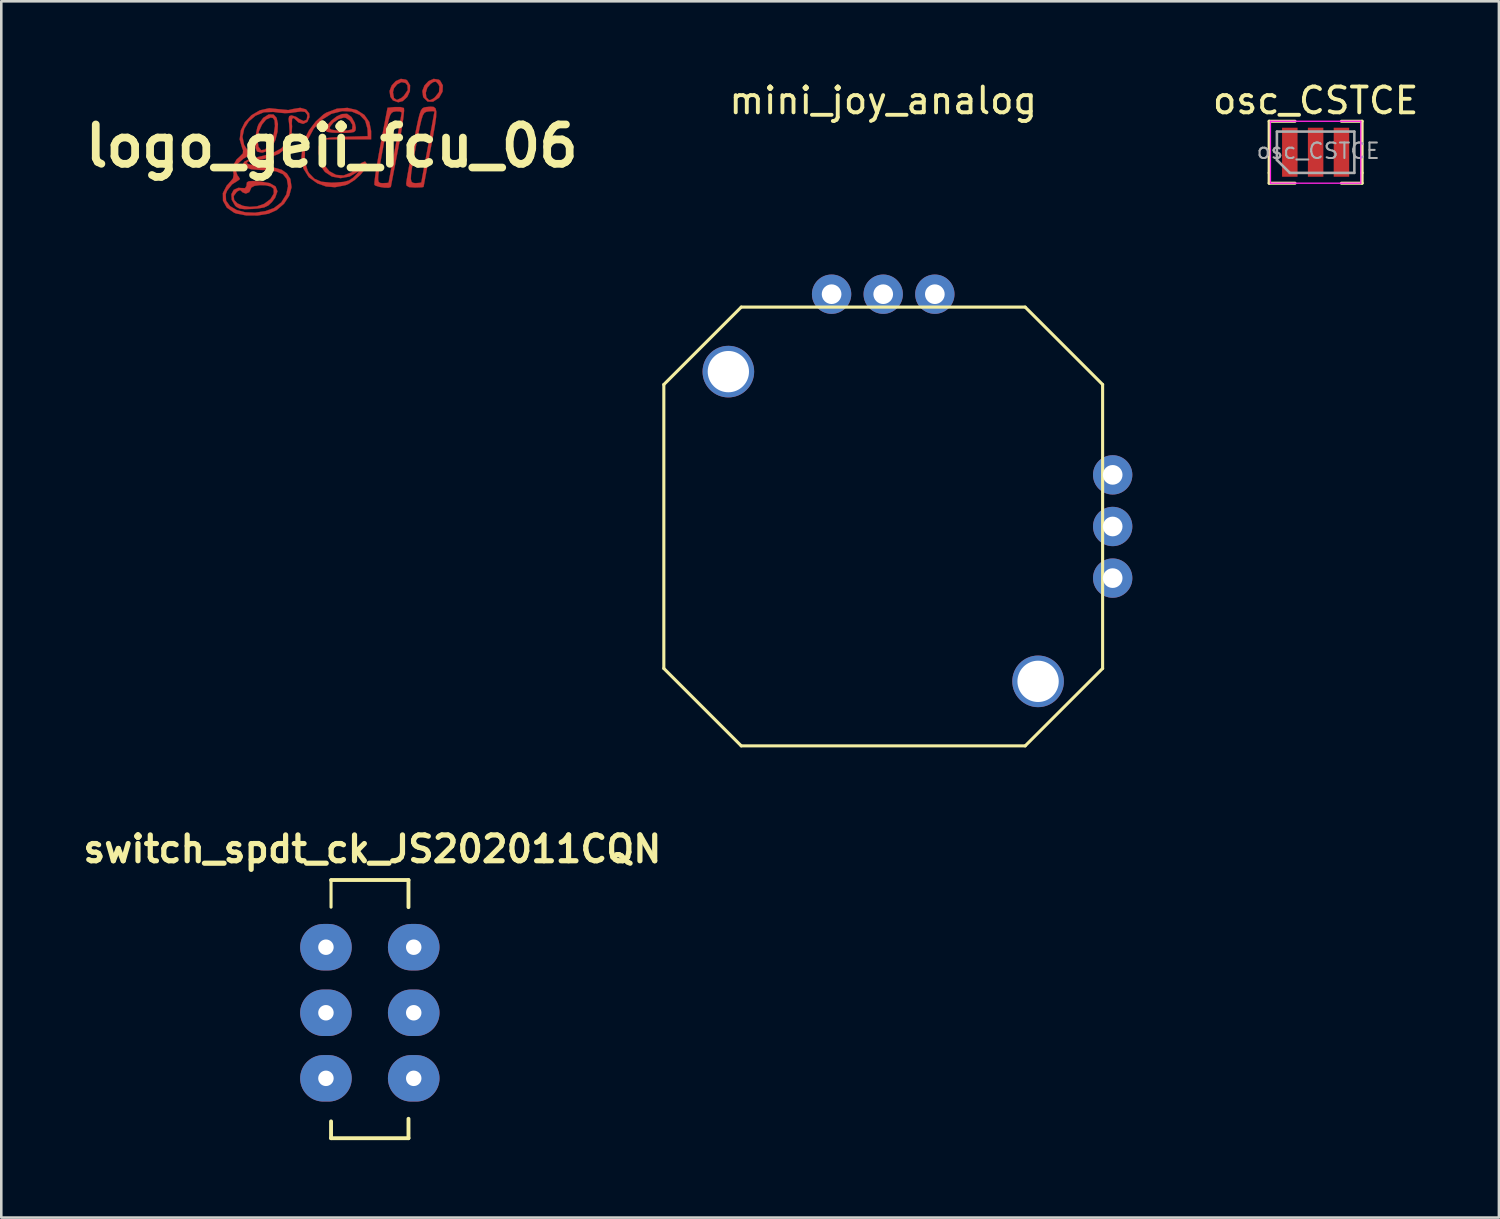
<source format=kicad_pcb>
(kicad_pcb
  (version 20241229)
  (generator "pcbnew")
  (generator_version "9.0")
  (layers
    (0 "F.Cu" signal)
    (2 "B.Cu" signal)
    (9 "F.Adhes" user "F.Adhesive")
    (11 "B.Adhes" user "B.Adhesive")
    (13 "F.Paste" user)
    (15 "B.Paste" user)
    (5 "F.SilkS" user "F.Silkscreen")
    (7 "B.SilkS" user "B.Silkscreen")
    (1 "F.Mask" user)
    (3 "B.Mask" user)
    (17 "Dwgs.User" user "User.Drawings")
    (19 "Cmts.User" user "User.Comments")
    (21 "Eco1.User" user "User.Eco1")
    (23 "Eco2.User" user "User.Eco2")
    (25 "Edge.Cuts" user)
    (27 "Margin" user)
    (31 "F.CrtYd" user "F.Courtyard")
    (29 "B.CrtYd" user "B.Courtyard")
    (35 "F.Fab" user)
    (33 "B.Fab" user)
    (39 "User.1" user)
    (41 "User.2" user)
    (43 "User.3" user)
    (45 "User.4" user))
  (footprint "mini_joy_analog"
    (layer "F.Cu")
    (at 31.169 8.348)
    (property "Reference" "mini_joy_analog" (at 0 -7.5 0) (layer "F.SilkS") (effects (font (size 1 1) (thickness 0.15))))
    (attr through_hole)
    (fp_line (start -8.5 14.5) (end -8.5 3.5) (stroke (width 0.12) (type solid)) (layer "F.SilkS"))
    (fp_line (start -8.5 14.5) (end -5.5 17.5) (stroke (width 0.12) (type solid)) (layer "F.SilkS"))
    (fp_line (start -5.5 0.5) (end -8.5 3.5) (stroke (width 0.12) (type solid)) (layer "F.SilkS"))
    (fp_line (start -5.5 0.5) (end 5.5 0.5) (stroke (width 0.12) (type solid)) (layer "F.SilkS"))
    (fp_line (start 5.5 0.5) (end 8.5 3.5) (stroke (width 0.12) (type solid)) (layer "F.SilkS"))
    (fp_line (start 5.5 17.5) (end -5.5 17.5) (stroke (width 0.12) (type solid)) (layer "F.SilkS"))
    (fp_line (start 8.5 3.5) (end 8.5 14.5) (stroke (width 0.12) (type solid)) (layer "F.SilkS"))
    (fp_line (start 8.5 14.5) (end 5.5 17.5) (stroke (width 0.12) (type solid)) (layer "F.SilkS"))
    (pad "" thru_hole circle (at -6 3) (size 2 2) (drill 1.6) (layers "*.Cu" "*.Mask"))
    (pad "" thru_hole circle (at 6 15) (size 2 2) (drill 1.6) (layers "*.Cu" "*.Mask"))
    (pad "1" thru_hole circle (at -2 0) (size 1.524 1.524) (drill 0.762) (layers "*.Cu" "*.Mask"))
    (pad "2" thru_hole circle (at 0 0) (size 1.524 1.524) (drill 0.762) (layers "*.Cu" "*.Mask"))
    (pad "3" thru_hole circle (at 2 0) (size 1.524 1.524) (drill 0.762) (layers "*.Cu" "*.Mask"))
    (pad "4" thru_hole circle (at 8.89 7) (size 1.524 1.524) (drill 0.762) (layers "*.Cu" "*.Mask"))
    (pad "5" thru_hole circle (at 8.89 9) (size 1.524 1.524) (drill 0.762) (layers "*.Cu" "*.Mask"))
    (pad "6" thru_hole circle (at 8.89 11) (size 1.524 1.524) (drill 0.762) (layers "*.Cu" "*.Mask")))
  (footprint "logo_geii_fcu_06"
    (layer "F.Cu")
    (at 9.804 2.606)
    (property "Reference" "logo_geii_fcu_06" (at 0 0 0) (layer "F.SilkS") (effects (font (size 1.524 1.524) (thickness 0.3))))
    (attr through_hole)
    (fp_poly (pts (xy 2.875 -2.571) (xy 2.925 -2.537) (xy 3.034 -2.352) (xy 3.027 -2.122) (xy 2.926 -1.901) (xy 2.754 -1.741) (xy 2.576 -1.693) (xy 2.369 -1.766) (xy 2.269 -1.907) (xy 2.246 -2.084) (xy 2.371 -2.084) (xy 2.41 -1.858) (xy 2.523 -1.783) (xy 2.698 -1.862) (xy 2.794 -1.947) (xy 2.944 -2.166) (xy 2.928 -2.355) (xy 2.852 -2.443) (xy 2.702 -2.475) (xy 2.536 -2.393) (xy 2.409 -2.236) (xy 2.371 -2.084) (xy 2.246 -2.084) (xy 2.239 -2.132) (xy 2.322 -2.346) (xy 2.48 -2.514) (xy 2.677 -2.601) (xy 2.875 -2.571)) (stroke (width 0.01) (type solid)) (fill yes) (layer "F.Cu"))
    (fp_poly (pts (xy 4.145 -2.571) (xy 4.195 -2.537) (xy 4.303 -2.349) (xy 4.293 -2.109) (xy 4.167 -1.882) (xy 4.149 -1.863) (xy 3.923 -1.716) (xy 3.715 -1.72) (xy 3.556 -1.875) (xy 3.539 -1.907) (xy 3.519 -2.061) (xy 3.643 -2.061) (xy 3.662 -1.886) (xy 3.76 -1.785) (xy 3.808 -1.778) (xy 3.911 -1.825) (xy 3.994 -1.884) (xy 4.154 -2.09) (xy 4.17 -2.308) (xy 4.122 -2.406) (xy 4.034 -2.495) (xy 3.931 -2.475) (xy 3.831 -2.41) (xy 3.7 -2.255) (xy 3.643 -2.061) (xy 3.519 -2.061) (xy 3.509 -2.132) (xy 3.592 -2.346) (xy 3.75 -2.514) (xy 3.947 -2.601) (xy 4.145 -2.571)) (stroke (width 0.01) (type solid)) (fill yes) (layer "F.Cu"))
    (fp_poly (pts (xy 0.755 -1.13) (xy 0.776 -1.104) (xy 0.893 -0.891) (xy 0.931 -0.71) (xy 0.921 -0.605) (xy 0.867 -0.544) (xy 0.732 -0.516) (xy 0.478 -0.508) (xy 0.339 -0.508) (xy 0.007 -0.517) (xy -0.181 -0.548) (xy -0.252 -0.606) (xy -0.254 -0.623) (xy -0.232 -0.677) (xy -0.085 -0.677) (xy -0.01 -0.631) (xy 0.172 -0.603) (xy 0.402 -0.593) (xy 0.62 -0.604) (xy 0.765 -0.637) (xy 0.789 -0.656) (xy 0.801 -0.818) (xy 0.703 -0.983) (xy 0.541 -1.089) (xy 0.468 -1.101) (xy 0.268 -1.046) (xy 0.07 -0.916) (xy -0.062 -0.758) (xy -0.085 -0.677) (xy -0.232 -0.677) (xy -0.187 -0.791) (xy -0.019 -0.983) (xy 0.196 -1.15) (xy 0.388 -1.237) (xy 0.594 -1.248) (xy 0.755 -1.13)) (stroke (width 0.01) (type solid)) (fill yes) (layer "F.Cu"))
    (fp_poly (pts (xy -2.259 -1.222) (xy -2.138 -1.092) (xy -2.086 -0.855) (xy -2.102 -0.555) (xy -2.183 -0.237) (xy -2.322 0.044) (xy -2.488 0.194) (xy -2.698 0.259) (xy -2.879 0.22) (xy -2.907 0.198) (xy -2.954 0.058) (xy -2.963 -0.183) (xy -2.958 -0.247) (xy -2.878 -0.247) (xy -2.839 0.032) (xy -2.736 0.162) (xy -2.59 0.14) (xy -2.425 -0.037) (xy -2.35 -0.17) (xy -2.248 -0.46) (xy -2.202 -0.764) (xy -2.201 -0.783) (xy -2.218 -0.996) (xy -2.282 -1.086) (xy -2.372 -1.101) (xy -2.543 -1.025) (xy -2.704 -0.829) (xy -2.825 -0.562) (xy -2.878 -0.272) (xy -2.878 -0.247) (xy -2.958 -0.247) (xy -2.938 -0.464) (xy -2.884 -0.723) (xy -2.835 -0.848) (xy -2.656 -1.091) (xy -2.445 -1.223) (xy -2.259 -1.222)) (stroke (width 0.01) (type solid)) (fill yes) (layer "F.Cu"))
    (fp_poly (pts (xy -2.787 1.372) (xy -2.405 1.438) (xy -2.177 1.567) (xy -2.105 1.756) (xy -2.192 2.002) (xy -2.317 2.171) (xy -2.456 2.304) (xy -2.621 2.382) (xy -2.868 2.423) (xy -3.058 2.438) (xy -3.371 2.449) (xy -3.566 2.427) (xy -3.693 2.361) (xy -3.747 2.309) (xy -3.876 2.084) (xy -3.885 1.939) (xy -3.799 1.939) (xy -3.782 2.094) (xy -3.654 2.225) (xy -3.444 2.317) (xy -3.181 2.359) (xy -2.895 2.337) (xy -2.623 2.243) (xy -2.376 2.06) (xy -2.248 1.845) (xy -2.253 1.657) (xy -2.358 1.572) (xy -2.556 1.525) (xy -2.787 1.516) (xy -2.994 1.545) (xy -3.119 1.613) (xy -3.133 1.654) (xy -3.195 1.788) (xy -3.329 1.845) (xy -3.457 1.796) (xy -3.473 1.775) (xy -3.553 1.705) (xy -3.669 1.767) (xy -3.677 1.773) (xy -3.799 1.939) (xy -3.885 1.939) (xy -3.889 1.866) (xy -3.799 1.697) (xy -3.622 1.621) (xy -3.523 1.628) (xy -3.359 1.634) (xy -3.304 1.547) (xy -3.302 1.502) (xy -3.287 1.41) (xy -3.214 1.365) (xy -3.047 1.357) (xy -2.787 1.372)) (stroke (width 0.01) (type solid)) (fill yes) (layer "F.Cu"))
    (fp_poly (pts (xy 2.658 -1.509) (xy 2.791 -1.472) (xy 2.796 -1.467) (xy 2.802 -1.365) (xy 2.778 -1.125) (xy 2.728 -0.775) (xy 2.656 -0.343) (xy 2.577 0.085) (xy 2.485 0.562) (xy 2.405 0.978) (xy 2.342 1.305) (xy 2.302 1.517) (xy 2.289 1.587) (xy 2.212 1.618) (xy 2.04 1.614) (xy 1.844 1.584) (xy 1.693 1.537) (xy 1.651 1.503) (xy 1.654 1.388) (xy 1.667 1.291) (xy 1.796 1.291) (xy 1.815 1.387) (xy 1.864 1.429) (xy 1.941 1.439) (xy 1.99 1.439) (xy 2.149 1.432) (xy 2.202 1.418) (xy 2.217 1.332) (xy 2.259 1.109) (xy 2.322 0.776) (xy 2.402 0.363) (xy 2.455 0.085) (xy 2.542 -0.368) (xy 2.616 -0.762) (xy 2.671 -1.067) (xy 2.703 -1.254) (xy 2.709 -1.297) (xy 2.637 -1.338) (xy 2.478 -1.339) (xy 2.388 -1.323) (xy 2.319 -1.283) (xy 2.262 -1.192) (xy 2.208 -1.025) (xy 2.146 -0.756) (xy 2.069 -0.361) (xy 2.016 -0.085) (xy 1.916 0.453) (xy 1.846 0.846) (xy 1.806 1.118) (xy 1.796 1.291) (xy 1.667 1.291) (xy 1.686 1.137) (xy 1.742 0.778) (xy 1.817 0.342) (xy 1.887 -0.042) (xy 2.16 -1.482) (xy 2.446 -1.509) (xy 2.658 -1.509)) (stroke (width 0.01) (type solid)) (fill yes) (layer "F.Cu"))
    (fp_poly (pts (xy 3.949 -1.513) (xy 4.021 -1.455) (xy 4.051 -1.328) (xy 4.042 -1.111) (xy 3.995 -0.784) (xy 3.913 -0.325) (xy 3.841 0.056) (xy 3.75 0.539) (xy 3.672 0.96) (xy 3.61 1.292) (xy 3.57 1.511) (xy 3.556 1.587) (xy 3.481 1.601) (xy 3.293 1.608) (xy 3.217 1.609) (xy 2.993 1.593) (xy 2.896 1.533) (xy 2.883 1.46) (xy 2.901 1.331) (xy 2.909 1.279) (xy 3.064 1.279) (xy 3.087 1.381) (xy 3.142 1.427) (xy 3.227 1.439) (xy 3.26 1.439) (xy 3.419 1.428) (xy 3.471 1.408) (xy 3.486 1.318) (xy 3.527 1.091) (xy 3.59 0.754) (xy 3.668 0.337) (xy 3.725 0.032) (xy 3.81 -0.422) (xy 3.884 -0.814) (xy 3.939 -1.116) (xy 3.972 -1.298) (xy 3.979 -1.339) (xy 3.907 -1.35) (xy 3.748 -1.339) (xy 3.656 -1.323) (xy 3.586 -1.281) (xy 3.528 -1.187) (xy 3.473 -1.016) (xy 3.409 -0.742) (xy 3.328 -0.338) (xy 3.287 -0.127) (xy 3.183 0.419) (xy 3.111 0.82) (xy 3.072 1.1) (xy 3.064 1.279) (xy 2.909 1.279) (xy 2.945 1.066) (xy 3.012 0.697) (xy 3.094 0.255) (xy 3.16 -0.085) (xy 3.259 -0.596) (xy 3.336 -0.964) (xy 3.397 -1.215) (xy 3.451 -1.37) (xy 3.508 -1.455) (xy 3.575 -1.493) (xy 3.661 -1.508) (xy 3.67 -1.509) (xy 3.833 -1.524) (xy 3.949 -1.513)) (stroke (width 0.01) (type solid)) (fill yes) (layer "F.Cu"))
    (fp_poly (pts (xy 0.969 -1.393) (xy 1.262 -1.205) (xy 1.456 -0.926) (xy 1.524 -0.581) (xy 1.524 -0.254) (xy -0.331 -0.254) (xy -0.386 0.037) (xy -0.395 0.423) (xy -0.287 0.743) (xy -0.09 0.98) (xy 0.167 1.119) (xy 0.457 1.141) (xy 0.751 1.03) (xy 0.97 0.836) (xy 1.156 0.653) (xy 1.29 0.598) (xy 1.352 0.679) (xy 1.355 0.717) (xy 1.288 0.896) (xy 1.116 1.111) (xy 0.886 1.318) (xy 0.642 1.474) (xy 0.522 1.521) (xy 0.125 1.597) (xy -0.218 1.57) (xy -0.557 1.448) (xy -0.889 1.212) (xy -1.098 0.874) (xy -1.153 0.586) (xy -1.047 0.586) (xy -0.931 0.966) (xy -0.877 1.055) (xy -0.673 1.268) (xy -0.4 1.385) (xy -0.02 1.421) (xy 0.151 1.416) (xy 0.459 1.391) (xy 0.661 1.338) (xy 0.821 1.232) (xy 0.955 1.099) (xy 1.07 0.97) (xy 1.077 0.945) (xy 1.012 0.996) (xy 0.69 1.185) (xy 0.341 1.247) (xy 0.009 1.186) (xy -0.264 1.007) (xy -0.385 0.839) (xy -0.461 0.602) (xy -0.501 0.302) (xy -0.499 0.01) (xy -0.454 -0.204) (xy -0.44 -0.23) (xy -0.317 -0.286) (xy -0.033 -0.327) (xy 0.406 -0.353) (xy 0.511 -0.357) (xy 1.397 -0.381) (xy 1.382 -0.676) (xy 1.294 -0.983) (xy 1.081 -1.206) (xy 0.775 -1.333) (xy 0.405 -1.352) (xy -0.000408 -1.25) (xy -0.024 -1.241) (xy -0.396 -1.008) (xy -0.698 -0.672) (xy -0.917 -0.27) (xy -1.037 0.162) (xy -1.047 0.586) (xy -1.153 0.586) (xy -1.178 0.453) (xy -1.124 -0.033) (xy -1.055 -0.264) (xy -0.879 -0.611) (xy -0.618 -0.951) (xy -0.326 -1.218) (xy -0.214 -1.29) (xy 0.202 -1.447) (xy 0.606 -1.477) (xy 0.969 -1.393)) (stroke (width 0.01) (type solid)) (fill yes) (layer "F.Cu"))
    (fp_poly (pts (xy -0.998 -1.418) (xy -0.874 -1.262) (xy -0.862 -1.122) (xy -0.948 -0.931) (xy -1.111 -0.855) (xy -1.293 -0.914) (xy -1.351 -0.97) (xy -1.474 -1.085) (xy -1.537 -1.054) (xy -1.547 -0.87) (xy -1.538 -0.759) (xy -1.563 -0.315) (xy -1.731 0.039) (xy -2.042 0.302) (xy -2.495 0.473) (xy -2.686 0.512) (xy -2.96 0.555) (xy -3.164 0.584) (xy -3.239 0.592) (xy -3.301 0.656) (xy -3.302 0.665) (xy -3.224 0.706) (xy -3.019 0.747) (xy -2.728 0.781) (xy -2.678 0.785) (xy -2.24 0.837) (xy -1.938 0.924) (xy -1.739 1.063) (xy -1.61 1.267) (xy -1.603 1.284) (xy -1.558 1.597) (xy -1.648 1.928) (xy -1.85 2.237) (xy -2.138 2.485) (xy -2.445 2.623) (xy -2.872 2.694) (xy -3.316 2.691) (xy -3.703 2.616) (xy -3.782 2.586) (xy -4.067 2.387) (xy -4.215 2.121) (xy -4.218 1.868) (xy -4.108 1.868) (xy -4.095 2.121) (xy -3.946 2.328) (xy -3.689 2.479) (xy -3.355 2.568) (xy -2.972 2.585) (xy -2.569 2.523) (xy -2.24 2.404) (xy -1.957 2.188) (xy -1.762 1.877) (xy -1.695 1.553) (xy -1.742 1.28) (xy -1.892 1.092) (xy -2.162 0.98) (xy -2.57 0.934) (xy -2.736 0.931) (xy -3.119 0.902) (xy -3.359 0.827) (xy -3.45 0.723) (xy -3.389 0.608) (xy -3.172 0.5) (xy -2.858 0.427) (xy -2.329 0.294) (xy -1.951 0.091) (xy -1.721 -0.187) (xy -1.632 -0.545) (xy -1.648 -0.815) (xy -1.673 -1.047) (xy -1.65 -1.156) (xy -1.567 -1.185) (xy -1.557 -1.185) (xy -1.382 -1.131) (xy -1.254 -1.043) (xy -1.089 -0.967) (xy -0.971 -1.022) (xy -0.947 -1.178) (xy -0.963 -1.231) (xy -1.038 -1.322) (xy -1.195 -1.338) (xy -1.334 -1.32) (xy -1.599 -1.281) (xy -1.812 -1.271) (xy -2.055 -1.292) (xy -2.262 -1.32) (xy -2.629 -1.306) (xy -2.954 -1.173) (xy -3.215 -0.951) (xy -3.391 -0.671) (xy -3.459 -0.361) (xy -3.398 -0.051) (xy -3.302 0.107) (xy -3.133 0.322) (xy -3.429 0.497) (xy -3.653 0.694) (xy -3.731 0.918) (xy -3.654 1.138) (xy -3.619 1.179) (xy -3.557 1.28) (xy -3.618 1.33) (xy -3.865 1.489) (xy -4.055 1.731) (xy -4.108 1.868) (xy -4.218 1.868) (xy -4.219 1.825) (xy -4.072 1.536) (xy -3.992 1.451) (xy -3.828 1.257) (xy -3.8 1.093) (xy -3.81 1.059) (xy -3.832 0.777) (xy -3.69 0.524) (xy -3.582 0.426) (xy -3.445 0.288) (xy -3.436 0.162) (xy -3.466 0.095) (xy -3.567 -0.253) (xy -3.526 -0.6) (xy -3.367 -0.922) (xy -3.113 -1.191) (xy -2.789 -1.381) (xy -2.421 -1.464) (xy -2.069 -1.427) (xy -1.683 -1.391) (xy -1.514 -1.43) (xy -1.222 -1.479) (xy -0.998 -1.418)) (stroke (width 0.01) (type solid)) (fill yes) (layer "F.Cu")))
  (footprint "osc_CSTCE"
    (layer "F.Cu")
    (at 47.922 2.848)
    (property "Reference" "osc_CSTCE" (at 0 -2 0) (layer "F.SilkS") (effects (font (size 1 1) (thickness 0.15))))
    (attr smd)
    (fp_line (start -1.8 -1.2) (end -0.8 -1.2) (stroke (width 0.12) (type solid)) (layer "F.SilkS"))
    (fp_line (start -1.8 0.8) (end -1.8 -1.2) (stroke (width 0.12) (type solid)) (layer "F.SilkS"))
    (fp_line (start -1.8 0.8) (end -1.8 1.2) (stroke (width 0.12) (type solid)) (layer "F.SilkS"))
    (fp_line (start -0.8 1.2) (end -1.8 1.2) (stroke (width 0.12) (type solid)) (layer "F.SilkS"))
    (fp_line (start 1 -1.2) (end 1.8 -1.2) (stroke (width 0.12) (type solid)) (layer "F.SilkS"))
    (fp_line (start 1.8 -1.2) (end 1.8 0.8) (stroke (width 0.12) (type solid)) (layer "F.SilkS"))
    (fp_line (start 1.8 0.8) (end 1.8 1.2) (stroke (width 0.12) (type solid)) (layer "F.SilkS"))
    (fp_line (start 1.8 1.2) (end 1 1.2) (stroke (width 0.12) (type solid)) (layer "F.SilkS"))
    (fp_line (start -1.75 -1.2) (end 1.75 -1.2) (stroke (width 0.05) (type solid)) (layer "F.CrtYd"))
    (fp_line (start -1.75 1.2) (end -1.75 -1.2) (stroke (width 0.05) (type solid)) (layer "F.CrtYd"))
    (fp_line (start 1.75 -1.2) (end 1.75 1.2) (stroke (width 0.05) (type solid)) (layer "F.CrtYd"))
    (fp_line (start 1.75 1.2) (end -1.75 1.2) (stroke (width 0.05) (type solid)) (layer "F.CrtYd"))
    (fp_line (start -1.5 0.3) (end -1.5 -0.8) (stroke (width 0.1) (type solid)) (layer "F.Fab"))
    (fp_line (start -1 0.8) (end -1.5 0.3) (stroke (width 0.1) (type solid)) (layer "F.Fab"))
    (fp_line (start -1 0.8) (end 1.5 0.8) (stroke (width 0.1) (type solid)) (layer "F.Fab"))
    (fp_line (start 1.5 -0.8) (end -1.5 -0.8) (stroke (width 0.1) (type solid)) (layer "F.Fab"))
    (fp_line (start 1.5 0.8) (end 1.5 -0.8) (stroke (width 0.1) (type solid)) (layer "F.Fab"))
    (fp_text user "${REFERENCE}" (at 0.1 -0.05 0) (layer "F.Fab") (effects (font (size 0.6 0.6) (thickness 0.08))))
    (pad "1" smd rect (at -1 0) (size 0.6 1.9) (layers "F.Cu" "F.Mask" "F.Paste"))
    (pad "2" smd rect (at 0 0) (size 0.6 1.9) (layers "F.Cu" "F.Mask" "F.Paste"))
    (pad "3" smd rect (at 1 0) (size 0.6 1.9) (layers "F.Cu" "F.Mask" "F.Paste")))
  (footprint "switch_spdt_ck_JS202011CQN"
    (layer "F.Cu")
    (at 11.376 36.046)
    (property "Reference" "switch_spdt_ck_JS202011CQN" (at 0 -6.2 0) (layer "F.SilkS") (effects (font (size 1.001 1.001) (thickness 0.201))))
    (fp_line (start -1.6 -5.001) (end -1.6 -3.95) (stroke (width 0.12) (type default)) (layer "F.SilkS"))
    (fp_line (start -1.6 4.35) (end -1.6 5.001) (stroke (width 0.15) (type solid)) (layer "F.SilkS"))
    (fp_line (start -1.6 5.001) (end 1.4 5.001) (stroke (width 0.15) (type solid)) (layer "F.SilkS"))
    (fp_line (start 1.4 -5.001) (end -1.6 -5.001) (stroke (width 0.15) (type solid)) (layer "F.SilkS"))
    (fp_line (start 1.4 -5.001) (end 1.4 -3.95) (stroke (width 0.15) (type default)) (layer "F.SilkS"))
    (fp_line (start 1.4 5.001) (end 1.4 4.25) (stroke (width 0.15) (type solid)) (layer "F.SilkS"))
    (pad "1" thru_hole oval (at -1.798 -2.398) (size 1.999 1.801) (drill 0.599) (layers "*.Cu" "*.Mask"))
    (pad "1" thru_hole oval (at 1.603 -2.398) (size 1.999 1.801) (drill 0.599) (layers "*.Cu" "*.Mask"))
    (pad "2" thru_hole oval (at -1.798 0.142) (size 1.999 1.801) (drill 0.599) (layers "*.Cu" "*.Mask"))
    (pad "2" thru_hole oval (at 1.603 0.142) (size 1.999 1.801) (drill 0.599) (layers "*.Cu" "*.Mask"))
    (pad "3" thru_hole oval (at -1.798 2.682) (size 1.999 1.801) (drill 0.599) (layers "*.Cu" "*.Mask"))
    (pad "3" thru_hole oval (at 1.603 2.682) (size 1.999 1.801) (drill 0.599) (layers "*.Cu" "*.Mask")))
  (gr_rect
    (start -3 -3)
    (end 55.023 44.122)
    (stroke (width 0.1) (type default))
    (fill no)
    (layer "Edge.Cuts")))
</source>
